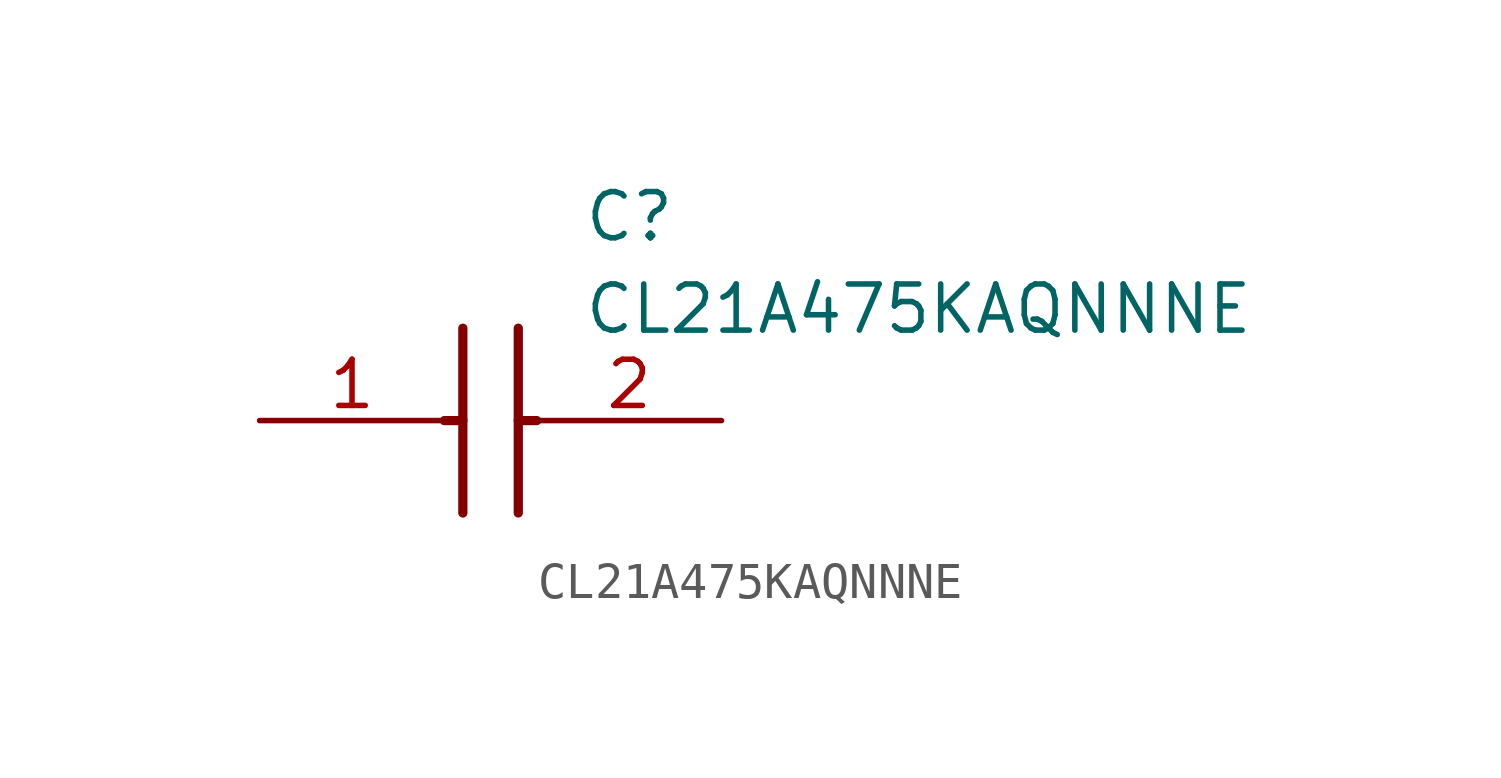
<source format=kicad_sym>
(kicad_symbol_lib
  (version 20211014)
  (generator SamacSys_ECAD_Model)
  (symbol "CL21A475KAQNNNE"
    (pin_names hide)
    (property "Reference" "C"
      (at 8.89 6.35 0)
      (effects (font (size 1.27 1.27)) (justify left top)))
    (property "Value" "CL21A475KAQNNNE"
      (at 8.89 3.81 0)
      (effects (font (size 1.27 1.27)) (justify left top)))
    (polyline
      (pts (xy 5.588 2.54) (xy 5.588 -2.54))
      (stroke (width 0.254) (type default))
      (fill (type none)))
    (polyline
      (pts (xy 7.112 2.54) (xy 7.112 -2.54))
      (stroke (width 0.254) (type default))
      (fill (type none)))
    (polyline
      (pts (xy 5.08 0) (xy 5.588 0))
      (stroke (width 0.254) (type default))
      (fill (type none)))
    (polyline
      (pts (xy 7.112 0) (xy 7.62 0))
      (stroke (width 0.254) (type default))
      (fill (type none)))
    (pin passive line
      (at 0 0 0)
      (length 5.08)
      (name "1" (effects (font (size 1.27 1.27))))
      (number "1" (effects (font (size 1.27 1.27)))))
    (pin passive line
      (at 12.7 0 180)
      (length 5.08)
      (name "2" (effects (font (size 1.27 1.27))))
      (number "2" (effects (font (size 1.27 1.27)))))))
</source>
